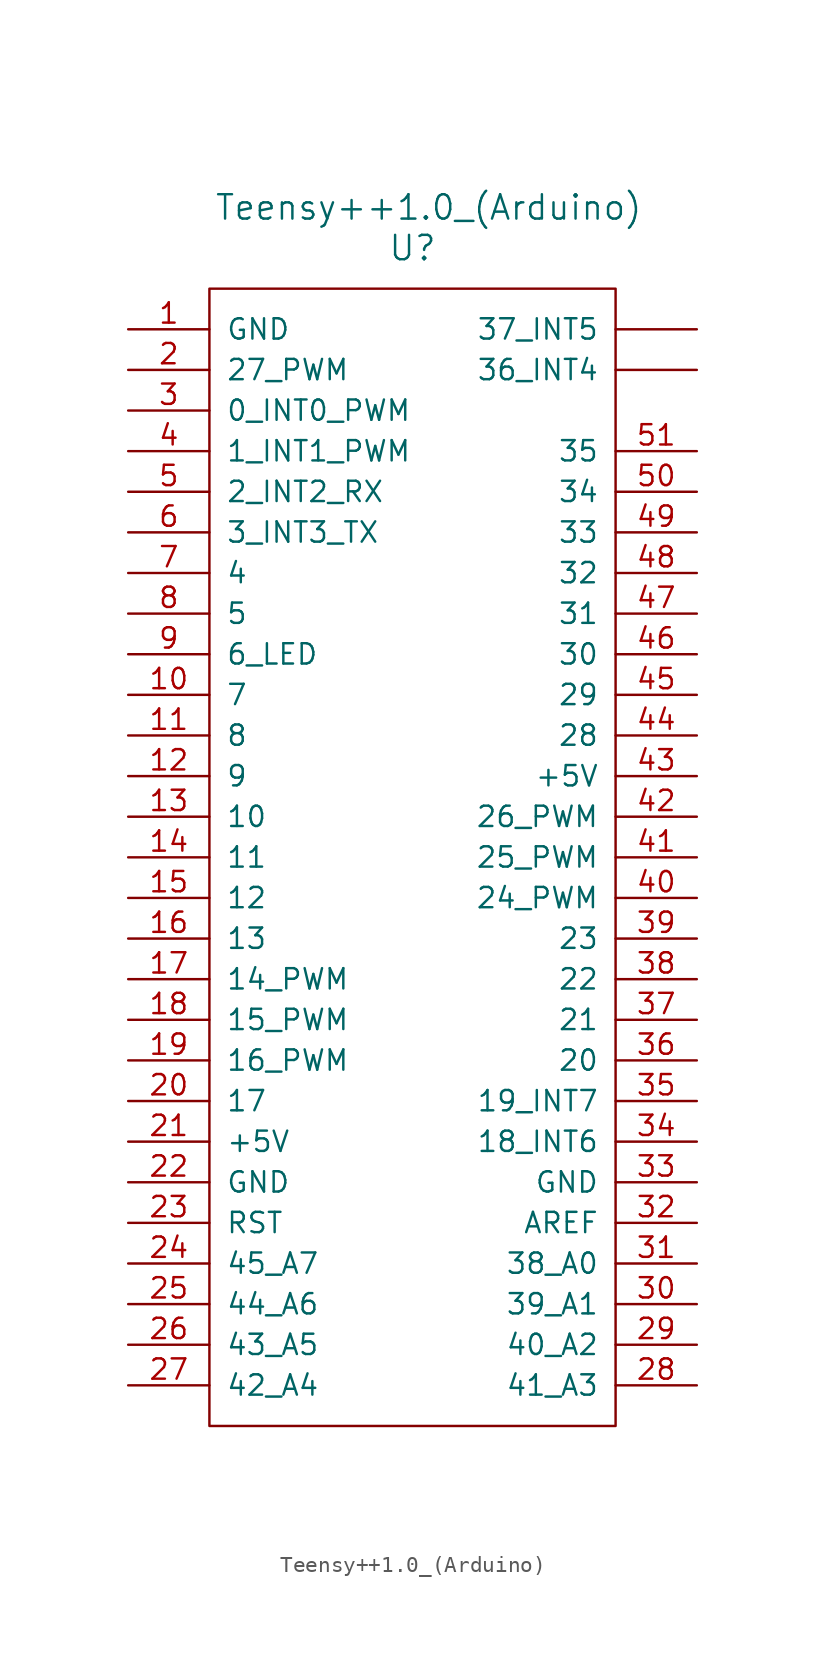
<source format=kicad_sym>
(kicad_symbol_lib
  (version 20220914)
  (generator kicad_symbol_editor)
  (symbol "Teensy++1.0_(Arduino)"
    (pin_names
      (offset 1.016))
    (property "Reference" "U"
      (at 0 38.1 0)
      (effects (font (size 1.524 1.524))))
    (property "Value" "Teensy++1.0_(Arduino)"
      (at 1.016 40.64 0)
      (effects (font (size 1.524 1.524))))
    (property "Footprint" ""
      (at 2.54 -20.32 0)
      (effects (font (size 1.524 1.524))))
    (property "Datasheet" ""
      (at 2.54 -20.32 0)
      (effects (font (size 1.524 1.524))))
    (symbol "Teensy++1.0_(Arduino)_0_1"
      (rectangle (start -12.7 35.56) (end 12.7 -35.56) (stroke (width 0) (type solid)) (fill (type none))))
    (symbol "Teensy++1.0_(Arduino)_1_1"
      (pin power_in line (at -17.78 33.02 0) (length 5.08) (name "GND" (effects (font (size 1.27 1.27)))) (number "1" (effects (font (size 1.27 1.27)))))
      (pin bidirectional line (at -17.78 10.16 0) (length 5.08) (name "7" (effects (font (size 1.27 1.27)))) (number "10" (effects (font (size 1.27 1.27)))))
      (pin bidirectional line (at -17.78 7.62 0) (length 5.08) (name "8" (effects (font (size 1.27 1.27)))) (number "11" (effects (font (size 1.27 1.27)))))
      (pin bidirectional line (at -17.78 5.08 0) (length 5.08) (name "9" (effects (font (size 1.27 1.27)))) (number "12" (effects (font (size 1.27 1.27)))))
      (pin bidirectional line (at -17.78 2.54 0) (length 5.08) (name "10" (effects (font (size 1.27 1.27)))) (number "13" (effects (font (size 1.27 1.27)))))
      (pin bidirectional line (at -17.78 0 0) (length 5.08) (name "11" (effects (font (size 1.27 1.27)))) (number "14" (effects (font (size 1.27 1.27)))))
      (pin bidirectional line (at -17.78 -2.54 0) (length 5.08) (name "12" (effects (font (size 1.27 1.27)))) (number "15" (effects (font (size 1.27 1.27)))))
      (pin bidirectional line (at -17.78 -5.08 0) (length 5.08) (name "13" (effects (font (size 1.27 1.27)))) (number "16" (effects (font (size 1.27 1.27)))))
      (pin bidirectional line (at -17.78 -7.62 0) (length 5.08) (name "14_PWM" (effects (font (size 1.27 1.27)))) (number "17" (effects (font (size 1.27 1.27)))))
      (pin bidirectional line (at -17.78 -10.16 0) (length 5.08) (name "15_PWM" (effects (font (size 1.27 1.27)))) (number "18" (effects (font (size 1.27 1.27)))))
      (pin bidirectional line (at -17.78 -12.7 0) (length 5.08) (name "16_PWM" (effects (font (size 1.27 1.27)))) (number "19" (effects (font (size 1.27 1.27)))))
      (pin bidirectional line (at -17.78 30.48 0) (length 5.08) (name "27_PWM" (effects (font (size 1.27 1.27)))) (number "2" (effects (font (size 1.27 1.27)))))
      (pin bidirectional line (at -17.78 -15.24 0) (length 5.08) (name "17" (effects (font (size 1.27 1.27)))) (number "20" (effects (font (size 1.27 1.27)))))
      (pin power_in line (at -17.78 -17.78 0) (length 5.08) (name "+5V" (effects (font (size 1.27 1.27)))) (number "21" (effects (font (size 1.27 1.27)))))
      (pin power_in line (at -17.78 -20.32 0) (length 5.08) (name "GND" (effects (font (size 1.27 1.27)))) (number "22" (effects (font (size 1.27 1.27)))))
      (pin input line (at -17.78 -22.86 0) (length 5.08) (name "RST" (effects (font (size 1.27 1.27)))) (number "23" (effects (font (size 1.27 1.27)))))
      (pin bidirectional line (at -17.78 -25.4 0) (length 5.08) (name "45_A7" (effects (font (size 1.27 1.27)))) (number "24" (effects (font (size 1.27 1.27)))))
      (pin bidirectional line (at -17.78 -27.94 0) (length 5.08) (name "44_A6" (effects (font (size 1.27 1.27)))) (number "25" (effects (font (size 1.27 1.27)))))
      (pin bidirectional line (at -17.78 -30.48 0) (length 5.08) (name "43_A5" (effects (font (size 1.27 1.27)))) (number "26" (effects (font (size 1.27 1.27)))))
      (pin bidirectional line (at -17.78 -33.02 0) (length 5.08) (name "42_A4" (effects (font (size 1.27 1.27)))) (number "27" (effects (font (size 1.27 1.27)))))
      (pin bidirectional line (at 17.78 -33.02 180) (length 5.08) (name "41_A3" (effects (font (size 1.27 1.27)))) (number "28" (effects (font (size 1.27 1.27)))))
      (pin bidirectional line (at 17.78 -30.48 180) (length 5.08) (name "40_A2" (effects (font (size 1.27 1.27)))) (number "29" (effects (font (size 1.27 1.27)))))
      (pin bidirectional line (at -17.78 27.94 0) (length 5.08) (name "0_INT0_PWM" (effects (font (size 1.27 1.27)))) (number "3" (effects (font (size 1.27 1.27)))))
      (pin bidirectional line (at 17.78 -27.94 180) (length 5.08) (name "39_A1" (effects (font (size 1.27 1.27)))) (number "30" (effects (font (size 1.27 1.27)))))
      (pin bidirectional line (at 17.78 -25.4 180) (length 5.08) (name "38_A0" (effects (font (size 1.27 1.27)))) (number "31" (effects (font (size 1.27 1.27)))))
      (pin input line (at 17.78 -22.86 180) (length 5.08) (name "AREF" (effects (font (size 1.27 1.27)))) (number "32" (effects (font (size 1.27 1.27)))))
      (pin power_in line (at 17.78 -20.32 180) (length 5.08) (name "GND" (effects (font (size 1.27 1.27)))) (number "33" (effects (font (size 1.27 1.27)))))
      (pin bidirectional line (at 17.78 -17.78 180) (length 5.08) (name "18_INT6" (effects (font (size 1.27 1.27)))) (number "34" (effects (font (size 1.27 1.27)))))
      (pin bidirectional line (at 17.78 -15.24 180) (length 5.08) (name "19_INT7" (effects (font (size 1.27 1.27)))) (number "35" (effects (font (size 1.27 1.27)))))
      (pin bidirectional line (at 17.78 -12.7 180) (length 5.08) (name "20" (effects (font (size 1.27 1.27)))) (number "36" (effects (font (size 1.27 1.27)))))
      (pin bidirectional line (at 17.78 -10.16 180) (length 5.08) (name "21" (effects (font (size 1.27 1.27)))) (number "37" (effects (font (size 1.27 1.27)))))
      (pin bidirectional line (at 17.78 -7.62 180) (length 5.08) (name "22" (effects (font (size 1.27 1.27)))) (number "38" (effects (font (size 1.27 1.27)))))
      (pin bidirectional line (at 17.78 -5.08 180) (length 5.08) (name "23" (effects (font (size 1.27 1.27)))) (number "39" (effects (font (size 1.27 1.27)))))
      (pin bidirectional line (at -17.78 25.4 0) (length 5.08) (name "1_INT1_PWM" (effects (font (size 1.27 1.27)))) (number "4" (effects (font (size 1.27 1.27)))))
      (pin bidirectional line (at 17.78 -2.54 180) (length 5.08) (name "24_PWM" (effects (font (size 1.27 1.27)))) (number "40" (effects (font (size 1.27 1.27)))))
      (pin bidirectional line (at 17.78 0 180) (length 5.08) (name "25_PWM" (effects (font (size 1.27 1.27)))) (number "41" (effects (font (size 1.27 1.27)))))
      (pin bidirectional line (at 17.78 2.54 180) (length 5.08) (name "26_PWM" (effects (font (size 1.27 1.27)))) (number "42" (effects (font (size 1.27 1.27)))))
      (pin power_in line (at 17.78 5.08 180) (length 5.08) (name "+5V" (effects (font (size 1.27 1.27)))) (number "43" (effects (font (size 1.27 1.27)))))
      (pin bidirectional line (at 17.78 7.62 180) (length 5.08) (name "28" (effects (font (size 1.27 1.27)))) (number "44" (effects (font (size 1.27 1.27)))))
      (pin bidirectional line (at 17.78 10.16 180) (length 5.08) (name "29" (effects (font (size 1.27 1.27)))) (number "45" (effects (font (size 1.27 1.27)))))
      (pin bidirectional line (at 17.78 12.7 180) (length 5.08) (name "30" (effects (font (size 1.27 1.27)))) (number "46" (effects (font (size 1.27 1.27)))))
      (pin bidirectional line (at 17.78 15.24 180) (length 5.08) (name "31" (effects (font (size 1.27 1.27)))) (number "47" (effects (font (size 1.27 1.27)))))
      (pin bidirectional line (at 17.78 17.78 180) (length 5.08) (name "32" (effects (font (size 1.27 1.27)))) (number "48" (effects (font (size 1.27 1.27)))))
      (pin bidirectional line (at 17.78 20.32 180) (length 5.08) (name "33" (effects (font (size 1.27 1.27)))) (number "49" (effects (font (size 1.27 1.27)))))
      (pin bidirectional line (at -17.78 22.86 0) (length 5.08) (name "2_INT2_RX" (effects (font (size 1.27 1.27)))) (number "5" (effects (font (size 1.27 1.27)))))
      (pin bidirectional line (at 17.78 22.86 180) (length 5.08) (name "34" (effects (font (size 1.27 1.27)))) (number "50" (effects (font (size 1.27 1.27)))))
      (pin bidirectional line (at 17.78 25.4 180) (length 5.08) (name "35" (effects (font (size 1.27 1.27)))) (number "51" (effects (font (size 1.27 1.27)))))
      (pin bidirectional line (at -17.78 20.32 0) (length 5.08) (name "3_INT3_TX" (effects (font (size 1.27 1.27)))) (number "6" (effects (font (size 1.27 1.27)))))
      (pin bidirectional line (at -17.78 17.78 0) (length 5.08) (name "4" (effects (font (size 1.27 1.27)))) (number "7" (effects (font (size 1.27 1.27)))))
      (pin bidirectional line (at -17.78 15.24 0) (length 5.08) (name "5" (effects (font (size 1.27 1.27)))) (number "8" (effects (font (size 1.27 1.27)))))
      (pin bidirectional line (at -17.78 12.7 0) (length 5.08) (name "6_LED" (effects (font (size 1.27 1.27)))) (number "9" (effects (font (size 1.27 1.27)))))
      (pin bidirectional line (at 17.78 30.48 180) (length 5.08) (name "36_INT4" (effects (font (size 1.27 1.27)))) (number "~" (effects (font (size 1.27 1.27)))))
      (pin bidirectional line (at 17.78 33.02 180) (length 5.08) (name "37_INT5" (effects (font (size 1.27 1.27)))) (number "~" (effects (font (size 1.27 1.27))))))))
</source>
